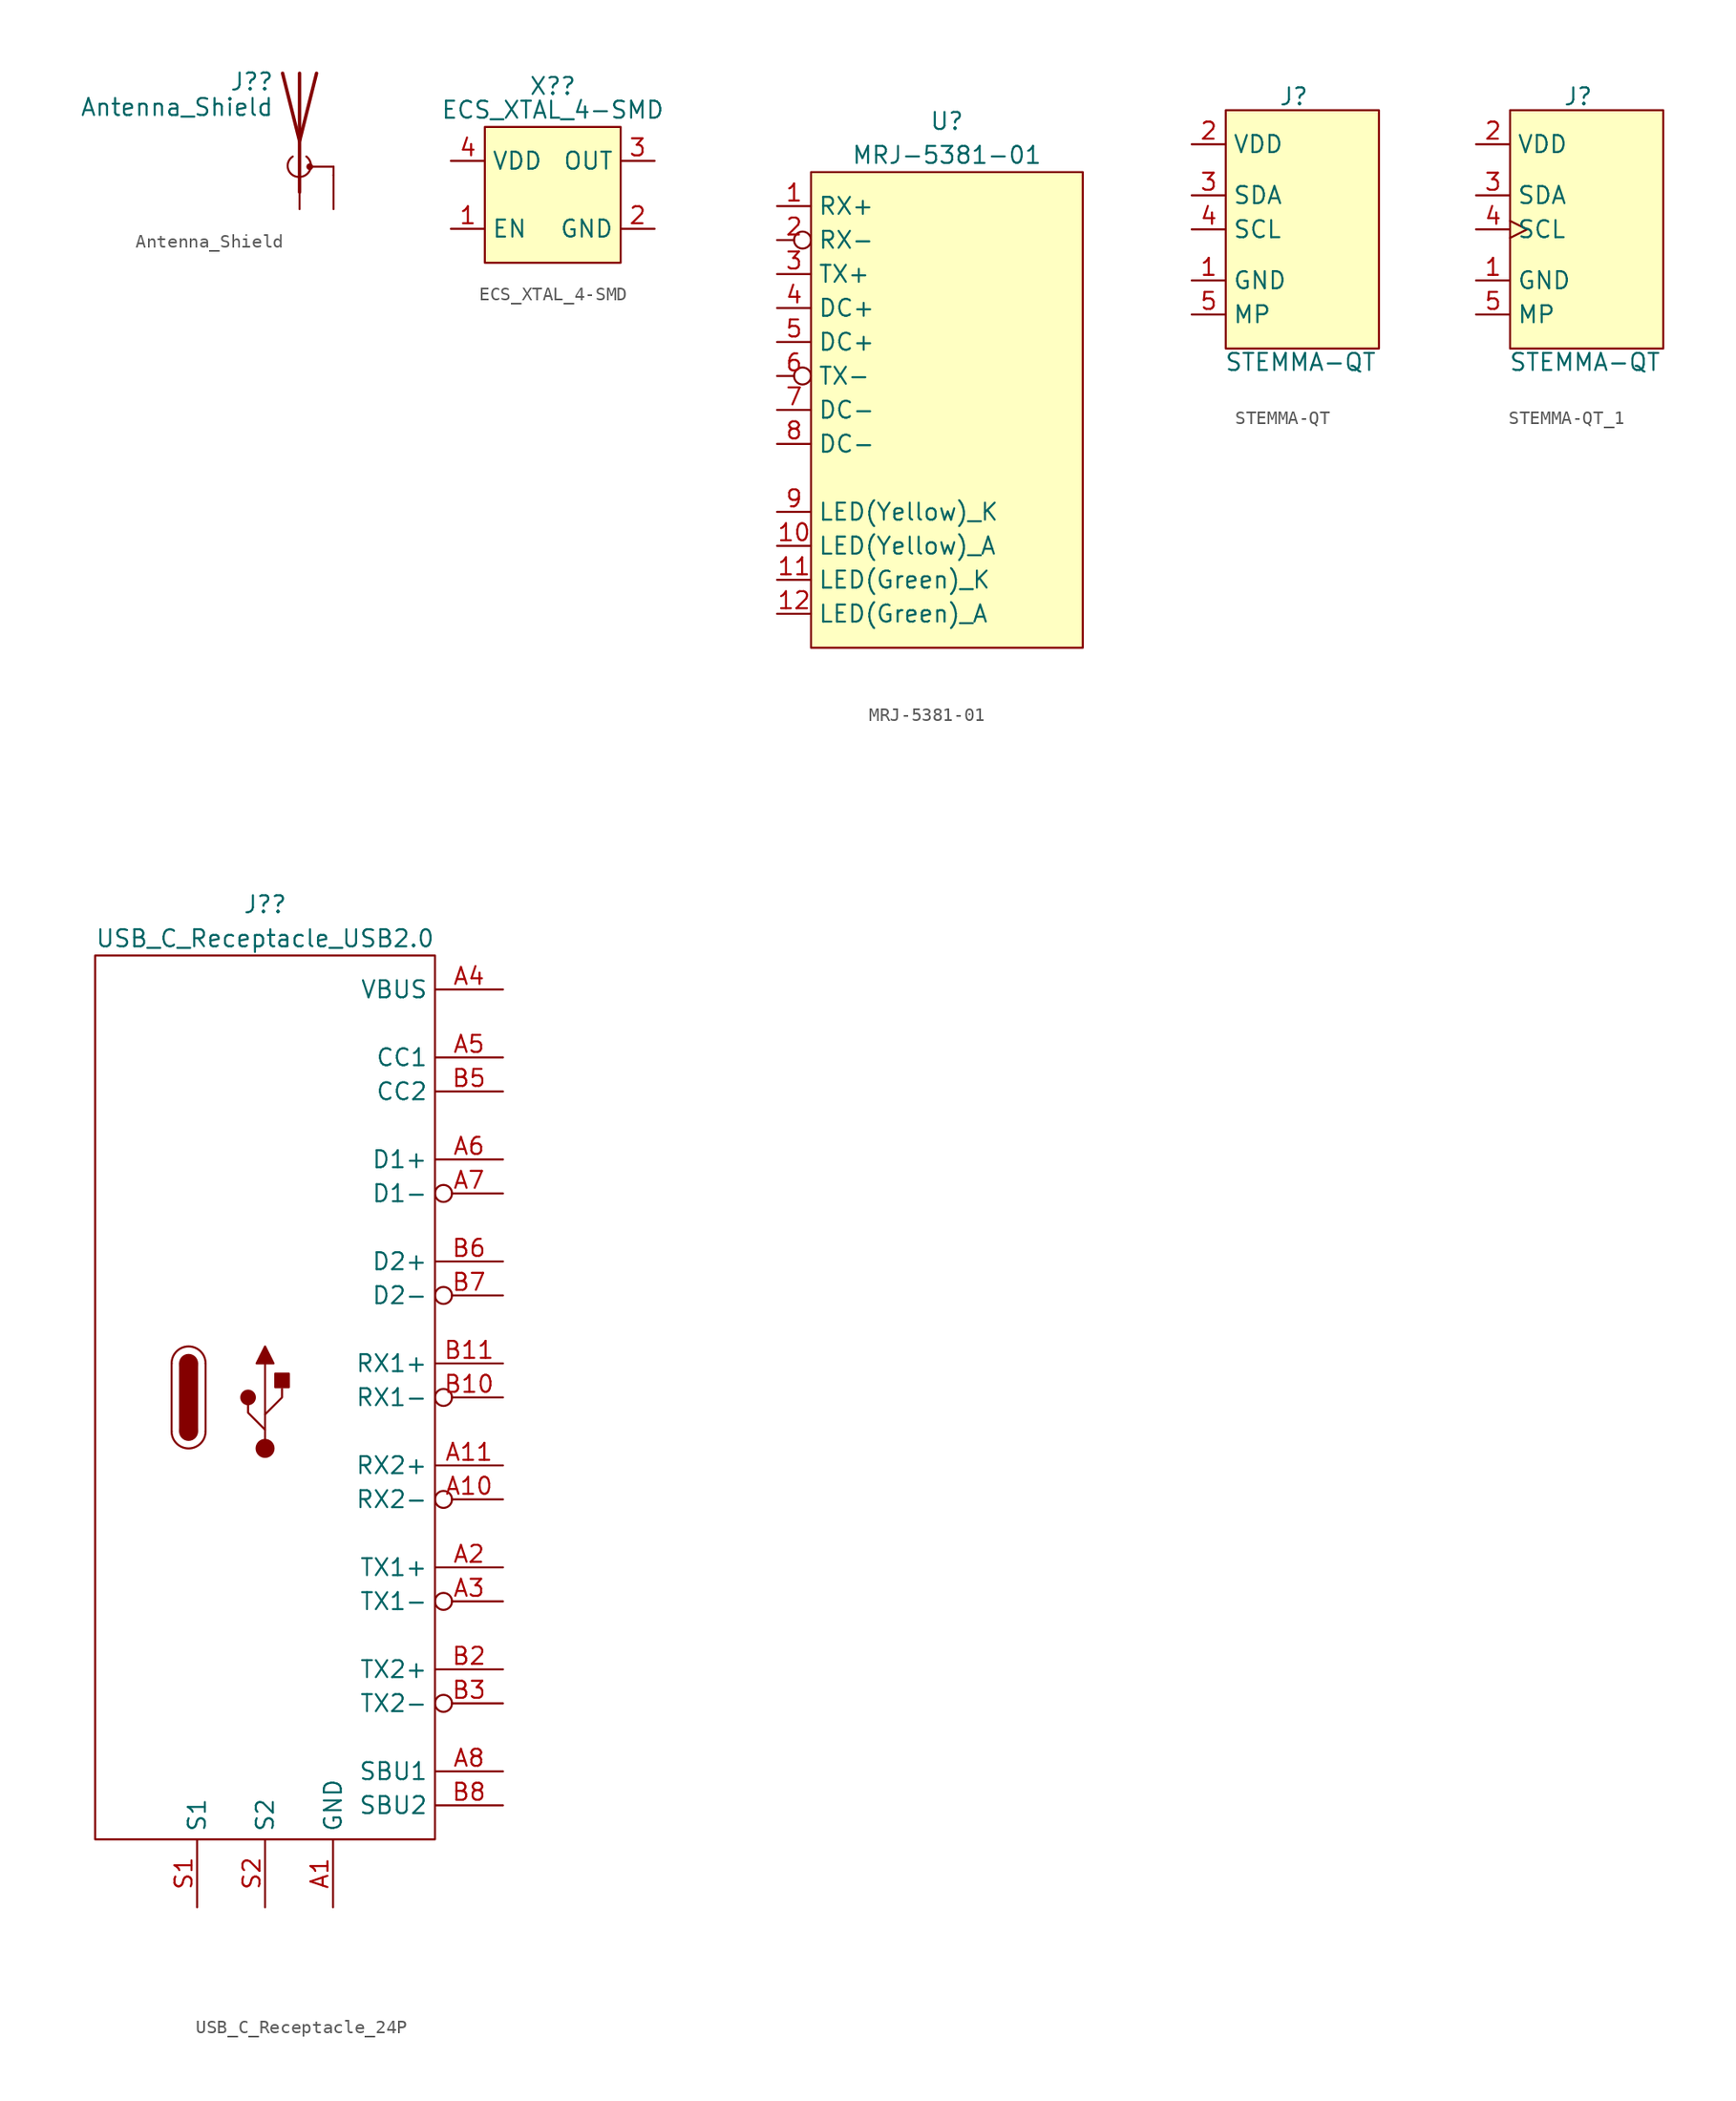
<source format=kicad_sym>
(kicad_symbol_lib
  (version 20241209)
  (generator "kicad_symbol_editor")
  (generator_version "9.0")
  (symbol "Antenna_Shield"
    (pin_numbers
      (hide yes))
    (pin_names
      (offset 1.016)
      (hide yes))
    (property "Reference" "J?"
      (at -1.905 4.445 0)
      (effects (font (size 1.27 1.27)) (justify right)))
    (property "Value" "Antenna_Shield"
      (at -1.905 2.54 0)
      (effects (font (size 1.27 1.27)) (justify right)))
    (symbol "Antenna_Shield_0_1"
      (arc (start 0 -2.667) (mid -0.8485 -2.1032) (end -0.508 -1.143) (stroke (width 0) (type default)) (fill (type none)))
      (polyline (pts (xy 0 5.08) (xy 0 -3.81)) (stroke (width 0.254) (type default)) (fill (type none)))
      (polyline (pts (xy 0 -2.54) (xy 0 0)) (stroke (width 0) (type default)) (fill (type none)))
      (arc (start 0.508 -1.143) (mid 0.8046 -2.0885) (end 0 -2.667) (stroke (width 0) (type default)) (fill (type none)))
      (polyline (pts (xy 0.762 -1.905) (xy 2.54 -1.905)) (stroke (width 0) (type default)) (fill (type none)))
      (circle (center 0.762 -1.905) (radius 0.178) (stroke (width 0) (type default)) (fill (type outline)))
      (polyline (pts (xy 1.27 5.08) (xy 0 0) (xy -1.27 5.08)) (stroke (width 0.254) (type default)) (fill (type none)))
      (polyline (pts (xy 2.54 -2.54) (xy 2.54 -1.905)) (stroke (width 0) (type default)) (fill (type none))))
    (symbol "Antenna_Shield_1_1"
      (pin input line (at 0 -5.08 90) (length 2.54) (name "A" (effects (font (size 1.27 1.27)))) (number "1" (effects (font (size 1.27 1.27)))))
      (pin input line (at 2.54 -5.08 90) (length 2.54) (name "Shield" (effects (font (size 1.27 1.27)))) (number "2" (effects (font (size 1.27 1.27)))))))
  (symbol "ECS_XTAL_4-SMD"
    (property "Reference" "X?"
      (at 0 8.128 0)
      (do_not_autoplace)
      (effects (font (size 1.27 1.27))))
    (property "Value" "ECS_XTAL_4-SMD"
      (at 0 6.35 0)
      (do_not_autoplace)
      (effects (font (size 1.27 1.27))))
    (symbol "ECS_XTAL_4-SMD_0_0"
      (pin power_in line (at -7.62 2.54 0) (length 2.54) (name "VDD" (effects (font (size 1.27 1.27)))) (number "4" (effects (font (size 1.27 1.27))))))
    (symbol "ECS_XTAL_4-SMD_1_0"
      (pin tri_state line (at -7.62 -2.54 0) (length 2.54) (name "EN" (effects (font (size 1.27 1.27)))) (number "1" (effects (font (size 1.27 1.27)))))
      (pin output line (at 7.62 2.54 180) (length 2.54) (name "OUT" (effects (font (size 1.27 1.27)))) (number "3" (effects (font (size 1.27 1.27)))))
      (pin power_in line (at 7.62 -2.54 180) (length 2.54) (name "GND" (effects (font (size 1.27 1.27)))) (number "2" (effects (font (size 1.27 1.27))))))
    (symbol "ECS_XTAL_4-SMD_1_1"
      (rectangle (start -5.08 5.08) (end 5.08 -5.08) (stroke (width 0) (type default)) (fill (type background)))))
  (symbol "MRJ-5381-01"
    (property "Reference" "U"
      (at 0 21.59 0)
      (do_not_autoplace)
      (effects (font (size 1.27 1.27))))
    (property "Value" "MRJ-5381-01"
      (at 0 19.05 0)
      (do_not_autoplace)
      (effects (font (size 1.27 1.27))))
    (symbol "MRJ-5381-01_0_0"
      (pin input line (at -12.7 15.24 0) (length 2.54) (name "RX+" (effects (font (size 1.27 1.27)))) (number "1" (effects (font (size 1.27 1.27)))))
      (pin input inverted (at -12.7 12.7 0) (length 2.54) (name "RX-" (effects (font (size 1.27 1.27)))) (number "2" (effects (font (size 1.27 1.27)))))
      (pin output line (at -12.7 10.16 0) (length 2.54) (name "TX+" (effects (font (size 1.27 1.27)))) (number "3" (effects (font (size 1.27 1.27)))))
      (pin power_out line (at -12.7 7.62 0) (length 2.54) (name "DC+" (effects (font (size 1.27 1.27)))) (number "4" (effects (font (size 1.27 1.27)))))
      (pin power_out line (at -12.7 5.08 0) (length 2.54) (name "DC+" (effects (font (size 1.27 1.27)))) (number "5" (effects (font (size 1.27 1.27)))))
      (pin output inverted (at -12.7 2.54 0) (length 2.54) (name "TX-" (effects (font (size 1.27 1.27)))) (number "6" (effects (font (size 1.27 1.27)))))
      (pin power_out line (at -12.7 0 0) (length 2.54) (name "DC-" (effects (font (size 1.27 1.27)))) (number "7" (effects (font (size 1.27 1.27)))))
      (pin power_out line (at -12.7 -2.54 0) (length 2.54) (name "DC-" (effects (font (size 1.27 1.27)))) (number "8" (effects (font (size 1.27 1.27)))))
      (pin input line (at -12.7 -7.62 0) (length 2.54) (name "LED(Yellow)_K" (effects (font (size 1.27 1.27)))) (number "9" (effects (font (size 1.27 1.27)))))
      (pin passive line (at -12.7 -10.16 0) (length 2.54) (name "LED(Yellow)_A" (effects (font (size 1.27 1.27)))) (number "10" (effects (font (size 1.27 1.27)))))
      (pin input line (at -12.7 -12.7 0) (length 2.54) (name "LED(Green)_K" (effects (font (size 1.27 1.27)))) (number "11" (effects (font (size 1.27 1.27)))))
      (pin passive line (at -12.7 -15.24 0) (length 2.54) (name "LED(Green)_A" (effects (font (size 1.27 1.27)))) (number "12" (effects (font (size 1.27 1.27))))))
    (symbol "MRJ-5381-01_1_1"
      (rectangle (start -10.16 17.78) (end 10.16 -17.78) (stroke (width 0) (type solid)) (fill (type background)))))
  (symbol "STEMMA-QT"
    (property "Reference" "J"
      (at 2.54 9.906 0)
      (do_not_autoplace)
      (effects (font (size 1.27 1.27))))
    (property "Value" "STEMMA-QT"
      (at 3.048 -9.906 0)
      (do_not_autoplace)
      (effects (font (size 1.27 1.27))))
    (symbol "STEMMA-QT_0_0"
      (pin power_in line (at -5.08 6.35 0) (length 2.54) (name "VDD" (effects (font (size 1.27 1.27)))) (number "2" (effects (font (size 1.27 1.27)))))
      (pin bidirectional line (at -5.08 2.54 0) (length 2.54) (name "SDA" (effects (font (size 1.27 1.27)))) (number "3" (effects (font (size 1.27 1.27)))))
      (pin input line (at -5.08 0 0) (length 2.54) (name "SCL" (effects (font (size 1.27 1.27)))) (number "4" (effects (font (size 1.27 1.27)))))
      (pin passive line (at -5.08 -6.35 0) (length 2.54) (name "MP" (effects (font (size 1.27 1.27)))) (number "5" (effects (font (size 1.27 1.27))))))
    (symbol "STEMMA-QT_1_0"
      (pin power_in line (at -5.08 -3.81 0) (length 2.54) (name "GND" (effects (font (size 1.27 1.27)))) (number "1" (effects (font (size 1.27 1.27)))))
      (pin passive line (at -5.08 -6.35 0) (length 2.54) (hide yes) (name "MP" (effects (font (size 1.27 1.27)))) (number "6" (effects (font (size 1.27 1.27))))))
    (symbol "STEMMA-QT_1_1"
      (rectangle (start -2.54 8.89) (end 8.89 -8.89) (stroke (width 0) (type default)) (fill (type background)))))
  (symbol "STEMMA-QT_1"
    (property "Reference" "J"
      (at 2.54 9.906 0)
      (do_not_autoplace)
      (effects (font (size 1.27 1.27))))
    (property "Value" "STEMMA-QT"
      (at 3.048 -9.906 0)
      (do_not_autoplace)
      (effects (font (size 1.27 1.27))))
    (symbol "STEMMA-QT_1_0_0"
      (pin power_in line (at -5.08 6.35 0) (length 2.54) (name "VDD" (effects (font (size 1.27 1.27)))) (number "2" (effects (font (size 1.27 1.27)))))
      (pin bidirectional line (at -5.08 2.54 0) (length 2.54) (name "SDA" (effects (font (size 1.27 1.27)))) (number "3" (effects (font (size 1.27 1.27)))))
      (pin passive line (at -5.08 -6.35 0) (length 2.54) (name "MP" (effects (font (size 1.27 1.27)))) (number "5" (effects (font (size 1.27 1.27))))))
    (symbol "STEMMA-QT_1_1_0"
      (pin bidirectional clock (at -5.08 0 0) (length 2.54) (name "SCL" (effects (font (size 1.27 1.27)))) (number "4" (effects (font (size 1.27 1.27)))))
      (pin power_in line (at -5.08 -3.81 0) (length 2.54) (name "GND" (effects (font (size 1.27 1.27)))) (number "1" (effects (font (size 1.27 1.27)))))
      (pin passive line (at -5.08 -6.35 0) (length 2.54) (hide yes) (name "MP" (effects (font (size 1.27 1.27)))) (number "6" (effects (font (size 1.27 1.27))))))
    (symbol "STEMMA-QT_1_1_1"
      (rectangle (start -2.54 8.89) (end 8.89 -8.89) (stroke (width 0) (type default)) (fill (type background)))))
  (symbol "USB_C_Receptacle_24P"
    (property "Reference" "J?"
      (at 0 36.83 0)
      (do_not_autoplace)
      (effects (font (size 1.27 1.27))))
    (property "Value" "USB_C_Receptacle_USB2.0"
      (at 0 34.29 0)
      (do_not_autoplace)
      (effects (font (size 1.27 1.27))))
    (symbol "USB_C_Receptacle_24P_1_0"
      (pin passive line (at -5.08 -38.1 90) (length 5.08) (name "S1" (effects (font (size 1.27 1.27)))) (number "S1" (effects (font (size 1.27 1.27)))))
      (pin passive line (at 0 -38.1 90) (length 5.08) (name "S2" (effects (font (size 1.27 1.27)))) (number "S2" (effects (font (size 1.27 1.27)))))
      (pin power_in line (at 5.08 -38.1 90) (length 5.08) (name "GND" (effects (font (size 1.27 1.27)))) (number "A1" (effects (font (size 1.27 1.27)))))
      (pin passive line (at 5.08 -38.1 90) (length 5.08) (hide yes) (name "GND" (effects (font (size 1.27 1.27)))) (number "A12" (effects (font (size 1.27 1.27)))))
      (pin passive line (at 5.08 -38.1 90) (length 5.08) (hide yes) (name "GND" (effects (font (size 1.27 1.27)))) (number "B1" (effects (font (size 1.27 1.27)))))
      (pin passive line (at 5.08 -38.1 90) (length 5.08) (hide yes) (name "GND" (effects (font (size 1.27 1.27)))) (number "B12" (effects (font (size 1.27 1.27)))))
      (pin power_out line (at 17.78 30.48 180) (length 5.08) (name "VBUS" (effects (font (size 1.27 1.27)))) (number "A4" (effects (font (size 1.27 1.27)))))
      (pin power_out line (at 17.78 30.48 180) (length 5.08) (hide yes) (name "VBUS" (effects (font (size 1.27 1.27)))) (number "A9" (effects (font (size 1.27 1.27)))))
      (pin power_out line (at 17.78 30.48 180) (length 5.08) (hide yes) (name "VBUS" (effects (font (size 1.27 1.27)))) (number "B4" (effects (font (size 1.27 1.27)))))
      (pin power_out line (at 17.78 30.48 180) (length 5.08) (hide yes) (name "VBUS" (effects (font (size 1.27 1.27)))) (number "B9" (effects (font (size 1.27 1.27)))))
      (pin passive line (at 17.78 25.4 180) (length 5.08) (name "CC1" (effects (font (size 1.27 1.27)))) (number "A5" (effects (font (size 1.27 1.27)))))
      (pin passive line (at 17.78 22.86 180) (length 5.08) (name "CC2" (effects (font (size 1.27 1.27)))) (number "B5" (effects (font (size 1.27 1.27)))))
      (pin bidirectional line (at 17.78 17.78 180) (length 5.08) (name "D1+" (effects (font (size 1.27 1.27)))) (number "A6" (effects (font (size 1.27 1.27)))))
      (pin bidirectional inverted (at 17.78 15.24 180) (length 5.08) (name "D1-" (effects (font (size 1.27 1.27)))) (number "A7" (effects (font (size 1.27 1.27)))))
      (pin bidirectional line (at 17.78 10.16 180) (length 5.08) (name "D2+" (effects (font (size 1.27 1.27)))) (number "B6" (effects (font (size 1.27 1.27)))))
      (pin bidirectional inverted (at 17.78 7.62 180) (length 5.08) (name "D2-" (effects (font (size 1.27 1.27)))) (number "B7" (effects (font (size 1.27 1.27)))))
      (pin input line (at 17.78 2.54 180) (length 5.08) (name "RX1+" (effects (font (size 1.27 1.27)))) (number "B11" (effects (font (size 1.27 1.27)))))
      (pin input inverted (at 17.78 0 180) (length 5.08) (name "RX1-" (effects (font (size 1.27 1.27)))) (number "B10" (effects (font (size 1.27 1.27)))))
      (pin input line (at 17.78 -5.08 180) (length 5.08) (name "RX2+" (effects (font (size 1.27 1.27)))) (number "A11" (effects (font (size 1.27 1.27)))))
      (pin input inverted (at 17.78 -7.62 180) (length 5.08) (name "RX2-" (effects (font (size 1.27 1.27)))) (number "A10" (effects (font (size 1.27 1.27)))))
      (pin output line (at 17.78 -12.7 180) (length 5.08) (name "TX1+" (effects (font (size 1.27 1.27)))) (number "A2" (effects (font (size 1.27 1.27)))))
      (pin output inverted (at 17.78 -15.24 180) (length 5.08) (name "TX1-" (effects (font (size 1.27 1.27)))) (number "A3" (effects (font (size 1.27 1.27)))))
      (pin output line (at 17.78 -20.32 180) (length 5.08) (name "TX2+" (effects (font (size 1.27 1.27)))) (number "B2" (effects (font (size 1.27 1.27)))))
      (pin output inverted (at 17.78 -22.86 180) (length 5.08) (name "TX2-" (effects (font (size 1.27 1.27)))) (number "B3" (effects (font (size 1.27 1.27)))))
      (pin bidirectional line (at 17.78 -27.94 180) (length 5.08) (name "SBU1" (effects (font (size 1.27 1.27)))) (number "A8" (effects (font (size 1.27 1.27)))))
      (pin bidirectional line (at 17.78 -30.48 180) (length 5.08) (name "SBU2" (effects (font (size 1.27 1.27)))) (number "B8" (effects (font (size 1.27 1.27))))))
    (symbol "USB_C_Receptacle_24P_1_1"
      (rectangle (start -12.7 33.02) (end 12.7 -33.02) (stroke (width 0) (type default)) (fill (type none)))
      (polyline (pts (xy -6.985 2.54) (xy -6.985 -2.54)) (stroke (width 0) (type default)) (fill (type none)))
      (rectangle (start -6.35 2.54) (end -5.08 -2.54) (stroke (width 0) (type default)) (fill (type outline)))
      (arc (start -6.985 2.54) (mid -5.715 3.81) (end -4.445 2.54) (stroke (width 0) (type default)) (fill (type none)))
      (circle (center -5.715 2.54) (radius 0.635) (stroke (width 0) (type default)) (fill (type outline)))
      (circle (center -5.715 -2.54) (radius 0.635) (stroke (width 0) (type default)) (fill (type outline)))
      (arc (start -4.445 -2.54) (mid -5.715 -3.81) (end -6.985 -2.54) (stroke (width 0) (type default)) (fill (type none)))
      (polyline (pts (xy -4.445 2.54) (xy -4.445 -2.54)) (stroke (width 0) (type default)) (fill (type none)))
      (circle (center -1.27 0) (radius 0.508) (stroke (width 0) (type default)) (fill (type outline)))
      (polyline (pts (xy 0 2.54) (xy -0.635 2.54) (xy 0 3.81) (xy 0.635 2.54) (xy 0 2.54)) (stroke (width 0) (type default)) (fill (type outline)))
      (polyline (pts (xy 0 -1.27) (xy 1.27 0) (xy 1.27 0.635)) (stroke (width 0) (type default)) (fill (type none)))
      (polyline (pts (xy 0 -2.413) (xy -1.27 -1.143) (xy -1.27 -0.508)) (stroke (width 0) (type default)) (fill (type none)))
      (polyline (pts (xy 0 -3.175) (xy 0 2.54)) (stroke (width 0) (type default)) (fill (type none)))
      (circle (center 0 -3.81) (radius 0.635) (stroke (width 0) (type default)) (fill (type outline)))
      (rectangle (start 0.762 1.778) (end 1.778 0.762) (stroke (width 0) (type default)) (fill (type outline))))))
</source>
